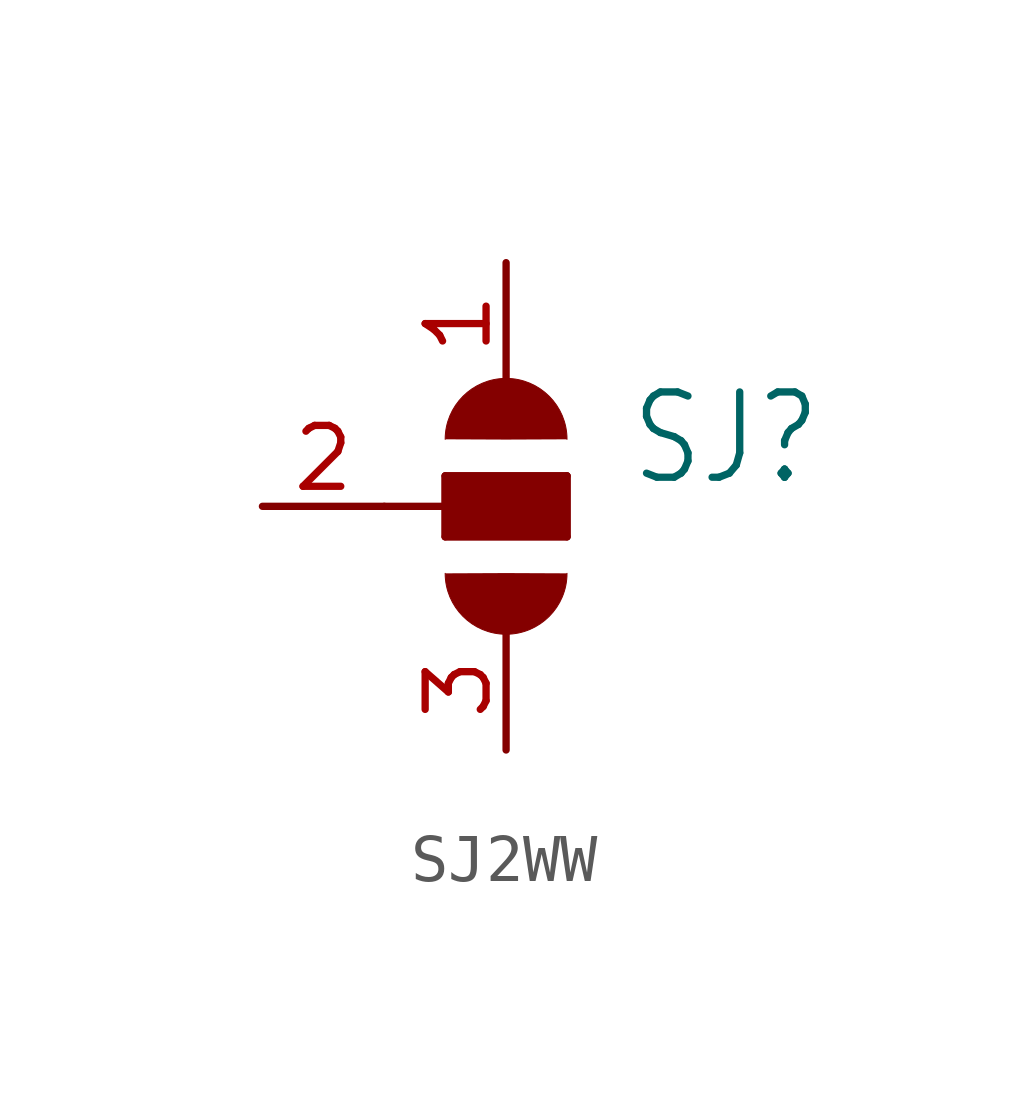
<source format=kicad_sym>
(kicad_symbol_lib
  (version 20231120)
  (generator "kicad_symbol_editor")
  (generator_version "8.0")
  (symbol "SJ2WW"
    (property "Reference" "SJ"
      (at 2.54 0.381 0)
      (effects (font (size 1.778 1.511)) (justify left bottom)))
    (property "Value" ""
      (at 2.54 -1.905 0)
      (effects (font (size 1.778 1.511)) (justify left bottom)))
    (property "ki_locked" ""
      (at 0 0 0)
      (effects (font (size 1.27 1.27))))
    (symbol "SJ2WW_1_0"
      (arc (start -1.27 -1.397) (mid 0 -2.6614) (end 1.27 -1.397) (stroke (width 0.0001) (type solid)) (fill (type outline)))
      (rectangle (start -1.27 -0.635) (end 1.27 0.635) (stroke (width 0) (type default)) (fill (type outline)))
      (polyline (pts (xy -2.54 0) (xy -1.27 0)) (stroke (width 0.152) (type solid)) (fill (type none)))
      (polyline (pts (xy -1.27 -0.635) (xy -1.27 0)) (stroke (width 0.152) (type solid)) (fill (type none)))
      (polyline (pts (xy -1.27 0) (xy -1.27 0.635)) (stroke (width 0.152) (type solid)) (fill (type none)))
      (polyline (pts (xy -1.27 0.635) (xy 1.27 0.635)) (stroke (width 0.152) (type solid)) (fill (type none)))
      (polyline (pts (xy 1.27 -0.635) (xy -1.27 -0.635)) (stroke (width 0.152) (type solid)) (fill (type none)))
      (polyline (pts (xy 1.27 0.635) (xy 1.27 -0.635)) (stroke (width 0.152) (type solid)) (fill (type none)))
      (arc (start 1.27 1.397) (mid 0 2.6614) (end -1.27 1.397) (stroke (width 0.0001) (type solid)) (fill (type outline)))
      (pin passive line (at 0 5.08 270) (length 2.54) (name "1" (effects (font (size 0 0)))) (number "1" (effects (font (size 1.27 1.27)))))
      (pin passive line (at -5.08 0 0) (length 2.54) (name "2" (effects (font (size 0 0)))) (number "2" (effects (font (size 1.27 1.27)))))
      (pin passive line (at 0 -5.08 90) (length 2.54) (name "3" (effects (font (size 0 0)))) (number "3" (effects (font (size 1.27 1.27))))))))
</source>
